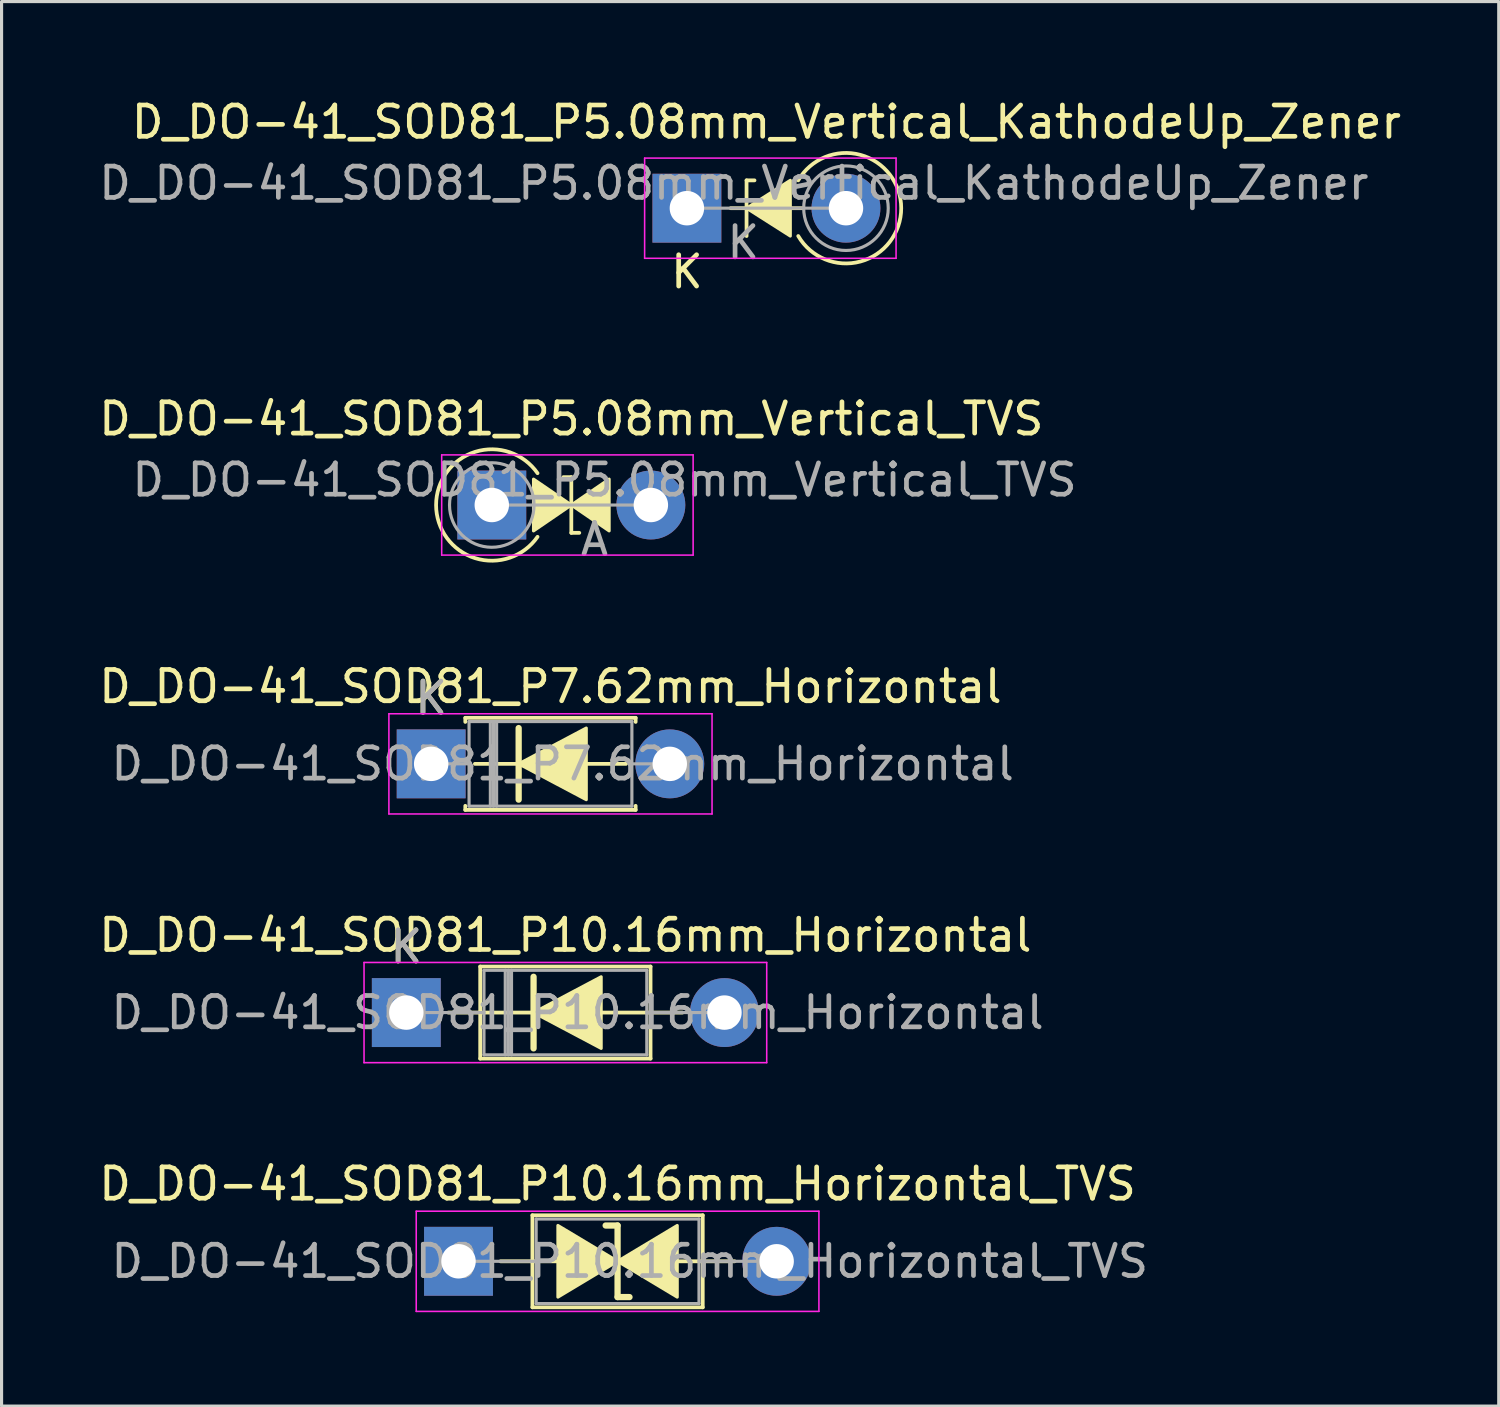
<source format=kicad_pcb>
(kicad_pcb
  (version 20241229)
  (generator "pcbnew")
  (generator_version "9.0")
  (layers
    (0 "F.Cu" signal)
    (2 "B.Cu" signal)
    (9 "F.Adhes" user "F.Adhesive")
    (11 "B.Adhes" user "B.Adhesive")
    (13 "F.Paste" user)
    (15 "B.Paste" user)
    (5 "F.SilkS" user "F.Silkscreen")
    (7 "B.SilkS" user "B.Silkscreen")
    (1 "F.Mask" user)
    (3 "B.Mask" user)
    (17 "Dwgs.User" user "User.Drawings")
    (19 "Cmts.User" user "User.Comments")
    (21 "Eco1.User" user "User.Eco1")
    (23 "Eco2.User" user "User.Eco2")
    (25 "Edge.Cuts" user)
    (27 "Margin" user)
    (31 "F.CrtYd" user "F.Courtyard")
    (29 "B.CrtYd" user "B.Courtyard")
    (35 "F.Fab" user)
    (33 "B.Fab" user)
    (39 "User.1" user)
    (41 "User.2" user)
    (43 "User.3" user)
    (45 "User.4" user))
  (footprint "D_DO-41_SOD81_P10.16mm_Horizontal"
    (layer "F.Cu")
    (at 9.926 29.288)
    (property "Reference" "D_DO-41_SOD81_P10.16mm_Horizontal" (at 5.08 -2.47 0) (layer "F.SilkS") (effects (font (size 1 1) (thickness 0.15))))
    (attr through_hole)
    (fp_line (start 1.34 0) (end 2.36 0) (stroke (width 0.12) (type solid)) (layer "F.SilkS"))
    (fp_line (start 2.36 -1.47) (end 2.36 1.47) (stroke (width 0.12) (type solid)) (layer "F.SilkS"))
    (fp_line (start 2.36 1.47) (end 7.8 1.47) (stroke (width 0.12) (type solid)) (layer "F.SilkS"))
    (fp_line (start 4.064 -1.143) (end 4.064 1.143) (stroke (width 0.2) (type solid)) (layer "F.SilkS"))
    (fp_line (start 4.064 0) (end 2.36 0) (stroke (width 0.12) (type solid)) (layer "F.SilkS"))
    (fp_line (start 6.223 0) (end 7.8 0) (stroke (width 0.12) (type solid)) (layer "F.SilkS"))
    (fp_line (start 7.8 -1.47) (end 2.36 -1.47) (stroke (width 0.12) (type solid)) (layer "F.SilkS"))
    (fp_line (start 7.8 1.47) (end 7.8 -1.47) (stroke (width 0.12) (type solid)) (layer "F.SilkS"))
    (fp_line (start 8.82 0) (end 7.8 0) (stroke (width 0.12) (type solid)) (layer "F.SilkS"))
    (fp_poly (pts (xy 6.223 1.143) (xy 4.064 0) (xy 6.223 -1.143)) (stroke (width 0.1) (type solid)) (fill yes) (layer "F.SilkS"))
    (fp_line (start -1.35 -1.6) (end -1.35 1.6) (stroke (width 0.05) (type solid)) (layer "F.CrtYd"))
    (fp_line (start -1.35 1.6) (end 11.51 1.6) (stroke (width 0.05) (type solid)) (layer "F.CrtYd"))
    (fp_line (start 11.51 -1.6) (end -1.35 -1.6) (stroke (width 0.05) (type solid)) (layer "F.CrtYd"))
    (fp_line (start 11.51 1.6) (end 11.51 -1.6) (stroke (width 0.05) (type solid)) (layer "F.CrtYd"))
    (fp_line (start 0 0) (end 2.48 0) (stroke (width 0.1) (type solid)) (layer "F.Fab"))
    (fp_line (start 2.48 -1.35) (end 2.48 1.35) (stroke (width 0.1) (type solid)) (layer "F.Fab"))
    (fp_line (start 2.48 1.35) (end 7.68 1.35) (stroke (width 0.1) (type solid)) (layer "F.Fab"))
    (fp_line (start 3.16 -1.35) (end 3.16 1.35) (stroke (width 0.1) (type solid)) (layer "F.Fab"))
    (fp_line (start 3.26 -1.35) (end 3.26 1.35) (stroke (width 0.1) (type solid)) (layer "F.Fab"))
    (fp_line (start 3.36 -1.35) (end 3.36 1.35) (stroke (width 0.1) (type solid)) (layer "F.Fab"))
    (fp_line (start 7.68 -1.35) (end 2.48 -1.35) (stroke (width 0.1) (type solid)) (layer "F.Fab"))
    (fp_line (start 7.68 1.35) (end 7.68 -1.35) (stroke (width 0.1) (type solid)) (layer "F.Fab"))
    (fp_line (start 10.16 0) (end 7.68 0) (stroke (width 0.1) (type solid)) (layer "F.Fab"))
    (fp_text user "K" (at 0 -2.1 0) (layer "F.SilkS") (effects (font (size 1 1) (thickness 0.15))))
    (fp_text user "K" (at 0 -2.1 0) (layer "F.Fab") (effects (font (size 1 1) (thickness 0.15))))
    (fp_text user "${REFERENCE}" (at 5.47 0 0) (layer "F.Fab") (effects (font (size 1 1) (thickness 0.15))))
    (pad "1" thru_hole rect (at 0 0) (size 2.2 2.2) (drill 1.1) (layers "*.Cu" "*.Mask"))
    (pad "2" thru_hole oval (at 10.16 0) (size 2.2 2.2) (drill 1.1) (layers "*.Cu" "*.Mask")))
  (footprint "D_DO-41_SOD81_P10.16mm_Horizontal_TVS"
    (layer "F.Cu")
    (at 11.593 37.231)
    (property "Reference" "D_DO-41_SOD81_P10.16mm_Horizontal_TVS" (at 5.08 -2.47 0) (layer "F.SilkS") (effects (font (size 1 1) (thickness 0.15))))
    (attr through_hole)
    (fp_line (start 1.34 0) (end 2.36 0) (stroke (width 0.12) (type solid)) (layer "F.SilkS"))
    (fp_line (start 2.36 -1.47) (end 2.36 1.47) (stroke (width 0.12) (type solid)) (layer "F.SilkS"))
    (fp_line (start 2.36 0) (end 3.175 0) (stroke (width 0.12) (type solid)) (layer "F.SilkS"))
    (fp_line (start 2.36 1.47) (end 7.8 1.47) (stroke (width 0.12) (type solid)) (layer "F.SilkS"))
    (fp_line (start 5.08 -1.143) (end 4.699 -1.143) (stroke (width 0.2) (type solid)) (layer "F.SilkS"))
    (fp_line (start 5.08 1.143) (end 5.08 -1.143) (stroke (width 0.2) (type solid)) (layer "F.SilkS"))
    (fp_line (start 5.461 1.143) (end 5.08 1.143) (stroke (width 0.2) (type solid)) (layer "F.SilkS"))
    (fp_line (start 6.985 0) (end 7.8 0) (stroke (width 0.12) (type solid)) (layer "F.SilkS"))
    (fp_line (start 7.8 -1.47) (end 2.36 -1.47) (stroke (width 0.12) (type solid)) (layer "F.SilkS"))
    (fp_line (start 7.8 1.47) (end 7.8 -1.47) (stroke (width 0.12) (type solid)) (layer "F.SilkS"))
    (fp_line (start 8.82 0) (end 7.8 0) (stroke (width 0.12) (type solid)) (layer "F.SilkS"))
    (fp_poly (pts (xy 5.08 0) (xy 3.175 1.143) (xy 3.175 -1.143)) (stroke (width 0.1) (type solid)) (fill yes) (layer "F.SilkS"))
    (fp_poly (pts (xy 5.08 0) (xy 6.985 -1.143) (xy 6.985 1.143)) (stroke (width 0.1) (type solid)) (fill yes) (layer "F.SilkS"))
    (fp_line (start -1.35 -1.6) (end -1.35 1.6) (stroke (width 0.05) (type solid)) (layer "F.CrtYd"))
    (fp_line (start -1.35 1.6) (end 11.51 1.6) (stroke (width 0.05) (type solid)) (layer "F.CrtYd"))
    (fp_line (start 11.51 -1.6) (end -1.35 -1.6) (stroke (width 0.05) (type solid)) (layer "F.CrtYd"))
    (fp_line (start 11.51 1.6) (end 11.51 -1.6) (stroke (width 0.05) (type solid)) (layer "F.CrtYd"))
    (fp_line (start 0 0) (end 2.48 0) (stroke (width 0.1) (type solid)) (layer "F.Fab"))
    (fp_line (start 2.48 -1.35) (end 2.48 1.35) (stroke (width 0.1) (type solid)) (layer "F.Fab"))
    (fp_line (start 2.48 1.35) (end 7.68 1.35) (stroke (width 0.1) (type solid)) (layer "F.Fab"))
    (fp_line (start 7.68 -1.35) (end 2.48 -1.35) (stroke (width 0.1) (type solid)) (layer "F.Fab"))
    (fp_line (start 7.68 1.35) (end 7.68 -1.35) (stroke (width 0.1) (type solid)) (layer "F.Fab"))
    (fp_line (start 10.16 0) (end 7.68 0) (stroke (width 0.1) (type solid)) (layer "F.Fab"))
    (fp_text user "${REFERENCE}" (at 5.47 0 0) (layer "F.Fab") (effects (font (size 1 1) (thickness 0.15))))
    (pad "1" thru_hole rect (at 0 0) (size 2.2 2.2) (drill 1.1) (layers "*.Cu" "*.Mask"))
    (pad "2" thru_hole oval (at 10.16 0) (size 2.2 2.2) (drill 1.1) (layers "*.Cu" "*.Mask")))
  (footprint "D_DO-41_SOD81_P5.08mm_Vertical_TVS"
    (layer "F.Cu")
    (at 12.656 13.078)
    (property "Reference" "D_DO-41_SOD81_P5.08mm_Vertical_TVS" (at 2.54 -2.751 0) (layer "F.SilkS") (effects (font (size 1 1) (thickness 0.15))))
    (attr through_hole)
    (fp_line (start 2.286 -0.889) (end 2.54 -0.889) (stroke (width 0.12) (type solid)) (layer "F.SilkS"))
    (fp_line (start 2.54 -0.889) (end 2.54 0.889) (stroke (width 0.12) (type solid)) (layer "F.SilkS"))
    (fp_line (start 2.54 0.889) (end 2.794 0.889) (stroke (width 0.12) (type solid)) (layer "F.SilkS"))
    (fp_arc (start 1.4605 1.016) (mid -1.779134 0) (end 1.4605 -1.016) (stroke (width 0.12) (type solid)) (layer "F.SilkS"))
    (fp_poly (pts (xy 1.333 -0.826) (xy 2.54 0) (xy 1.333 0.826)) (stroke (width 0.1) (type solid)) (fill yes) (layer "F.SilkS"))
    (fp_poly (pts (xy 3.747 0.826) (xy 2.54 0) (xy 3.747 -0.826)) (stroke (width 0.1) (type solid)) (fill yes) (layer "F.SilkS"))
    (fp_line (start -1.6 -1.6) (end -1.6 1.6) (stroke (width 0.05) (type solid)) (layer "F.CrtYd"))
    (fp_line (start -1.6 1.6) (end 6.43 1.6) (stroke (width 0.05) (type solid)) (layer "F.CrtYd"))
    (fp_line (start 6.43 -1.6) (end -1.6 -1.6) (stroke (width 0.05) (type solid)) (layer "F.CrtYd"))
    (fp_line (start 6.43 1.6) (end 6.43 -1.6) (stroke (width 0.05) (type solid)) (layer "F.CrtYd"))
    (fp_line (start 0 0) (end 5.08 0) (stroke (width 0.1) (type solid)) (layer "F.Fab"))
    (fp_circle (center 0 0) (end 1.35 0) (stroke (width 0.1) (type solid)) (fill no) (layer "F.Fab"))
    (fp_text user "${REFERENCE}" (at 3.6 -0.8 0) (layer "F.Fab") (effects (font (size 1 1) (thickness 0.15))))
    (fp_text user "A" (at 3.28 1.1 0) (layer "F.Fab") (effects (font (size 1 1) (thickness 0.15))))
    (pad "1" thru_hole rect (at 0 0) (size 2.2 2.2) (drill 1.1) (layers "*.Cu" "*.Mask"))
    (pad "2" thru_hole oval (at 5.08 0) (size 2.2 2.2) (drill 1.1) (layers "*.Cu" "*.Mask")))
  (footprint "D_DO-41_SOD81_P7.62mm_Horizontal"
    (layer "F.Cu")
    (at 10.72 21.345)
    (property "Reference" "D_DO-41_SOD81_P7.62mm_Horizontal" (at 3.81 -2.47 0) (layer "F.SilkS") (effects (font (size 1 1) (thickness 0.15))))
    (attr through_hole)
    (fp_line (start 1.09 -1.47) (end 6.53 -1.47) (stroke (width 0.12) (type solid)) (layer "F.SilkS"))
    (fp_line (start 1.09 -1.34) (end 1.09 -1.47) (stroke (width 0.12) (type solid)) (layer "F.SilkS"))
    (fp_line (start 1.09 1.34) (end 1.09 1.47) (stroke (width 0.12) (type solid)) (layer "F.SilkS"))
    (fp_line (start 1.09 1.47) (end 6.53 1.47) (stroke (width 0.12) (type solid)) (layer "F.SilkS"))
    (fp_line (start 2.794 -1.143) (end 2.794 1.143) (stroke (width 0.2) (type solid)) (layer "F.SilkS"))
    (fp_line (start 2.794 0) (end 1.397 0) (stroke (width 0.12) (type solid)) (layer "F.SilkS"))
    (fp_line (start 4.953 0) (end 6.223 0) (stroke (width 0.12) (type solid)) (layer "F.SilkS"))
    (fp_line (start 6.53 -1.47) (end 6.53 -1.34) (stroke (width 0.12) (type solid)) (layer "F.SilkS"))
    (fp_line (start 6.53 1.47) (end 6.53 1.34) (stroke (width 0.12) (type solid)) (layer "F.SilkS"))
    (fp_poly (pts (xy 4.953 1.143) (xy 2.794 0) (xy 4.953 -1.143)) (stroke (width 0.1) (type solid)) (fill yes) (layer "F.SilkS"))
    (fp_line (start -1.35 -1.6) (end -1.35 1.6) (stroke (width 0.05) (type solid)) (layer "F.CrtYd"))
    (fp_line (start -1.35 1.6) (end 8.97 1.6) (stroke (width 0.05) (type solid)) (layer "F.CrtYd"))
    (fp_line (start 8.97 -1.6) (end -1.35 -1.6) (stroke (width 0.05) (type solid)) (layer "F.CrtYd"))
    (fp_line (start 8.97 1.6) (end 8.97 -1.6) (stroke (width 0.05) (type solid)) (layer "F.CrtYd"))
    (fp_line (start 0 0) (end 1.21 0) (stroke (width 0.1) (type solid)) (layer "F.Fab"))
    (fp_line (start 1.21 -1.35) (end 1.21 1.35) (stroke (width 0.1) (type solid)) (layer "F.Fab"))
    (fp_line (start 1.21 1.35) (end 6.41 1.35) (stroke (width 0.1) (type solid)) (layer "F.Fab"))
    (fp_line (start 1.89 -1.35) (end 1.89 1.35) (stroke (width 0.1) (type solid)) (layer "F.Fab"))
    (fp_line (start 1.99 -1.35) (end 1.99 1.35) (stroke (width 0.1) (type solid)) (layer "F.Fab"))
    (fp_line (start 2.09 -1.35) (end 2.09 1.35) (stroke (width 0.1) (type solid)) (layer "F.Fab"))
    (fp_line (start 6.41 -1.35) (end 1.21 -1.35) (stroke (width 0.1) (type solid)) (layer "F.Fab"))
    (fp_line (start 6.41 1.35) (end 6.41 -1.35) (stroke (width 0.1) (type solid)) (layer "F.Fab"))
    (fp_line (start 7.62 0) (end 6.41 0) (stroke (width 0.1) (type solid)) (layer "F.Fab"))
    (fp_text user "K" (at 0 -2.1 0) (layer "F.SilkS") (effects (font (size 1 1) (thickness 0.15))))
    (fp_text user "K" (at 0 -2.1 0) (layer "F.Fab") (effects (font (size 1 1) (thickness 0.15))))
    (fp_text user "${REFERENCE}" (at 4.2 0 0) (layer "F.Fab") (effects (font (size 1 1) (thickness 0.15))))
    (pad "1" thru_hole rect (at 0 0) (size 2.2 2.2) (drill 1.1) (layers "*.Cu" "*.Mask"))
    (pad "2" thru_hole oval (at 7.62 0) (size 2.2 2.2) (drill 1.1) (layers "*.Cu" "*.Mask")))
  (footprint "D_DO-41_SOD81_P5.08mm_Vertical_KathodeUp_Zener"
    (layer "F.Cu")
    (at 18.887 3.599)
    (property "Reference" "D_DO-41_SOD81_P5.08mm_Vertical_KathodeUp_Zener" (at 2.54 -2.751 0) (layer "F.SilkS") (effects (font (size 1 1) (thickness 0.15))))
    (attr through_hole)
    (fp_line (start 1.905 -0.889) (end 1.905 0.889) (stroke (width 0.12) (type solid)) (layer "F.SilkS"))
    (fp_line (start 1.905 -0.889) (end 2.159 -0.889) (stroke (width 0.12) (type solid)) (layer "F.SilkS"))
    (fp_line (start 3.683 0) (end 1.397 0) (stroke (width 0.12) (type solid)) (layer "F.SilkS"))
    (fp_arc (start 3.556 -0.888999) (mid 6.844338 0) (end 3.556 0.889) (stroke (width 0.12) (type solid)) (layer "F.SilkS"))
    (fp_poly (pts (xy 3.302 0.889) (xy 1.905 0) (xy 3.302 -0.889)) (stroke (width 0.1) (type solid)) (fill yes) (layer "F.SilkS"))
    (fp_line (start -1.35 -1.6) (end -1.35 1.6) (stroke (width 0.05) (type solid)) (layer "F.CrtYd"))
    (fp_line (start -1.35 1.6) (end 6.68 1.6) (stroke (width 0.05) (type solid)) (layer "F.CrtYd"))
    (fp_line (start 6.68 -1.6) (end -1.35 -1.6) (stroke (width 0.05) (type solid)) (layer "F.CrtYd"))
    (fp_line (start 6.68 1.6) (end 6.68 -1.6) (stroke (width 0.05) (type solid)) (layer "F.CrtYd"))
    (fp_line (start 0 0) (end 5.08 0) (stroke (width 0.1) (type solid)) (layer "F.Fab"))
    (fp_circle (center 5.08 0) (end 6.43 0) (stroke (width 0.1) (type solid)) (fill no) (layer "F.Fab"))
    (fp_text user "K" (at 0 2.032 0) (layer "F.SilkS") (effects (font (size 1 1) (thickness 0.15))))
    (fp_text user "K" (at 1.8 1.1 0) (layer "F.Fab") (effects (font (size 1 1) (thickness 0.15))))
    (fp_text user "${REFERENCE}" (at 1.5 -0.8 0) (layer "F.Fab") (effects (font (size 1 1) (thickness 0.15))))
    (pad "1" thru_hole rect (at 0 0) (size 2.2 2.2) (drill 1.1) (layers "*.Cu" "*.Mask"))
    (pad "2" thru_hole oval (at 5.08 0) (size 2.2 2.2) (drill 1.1) (layers "*.Cu" "*.Mask")))
  (gr_rect
    (start -3 -3)
    (end 44.814 41.856)
    (stroke (width 0.1) (type default))
    (fill no)
    (layer "Edge.Cuts")))
</source>
